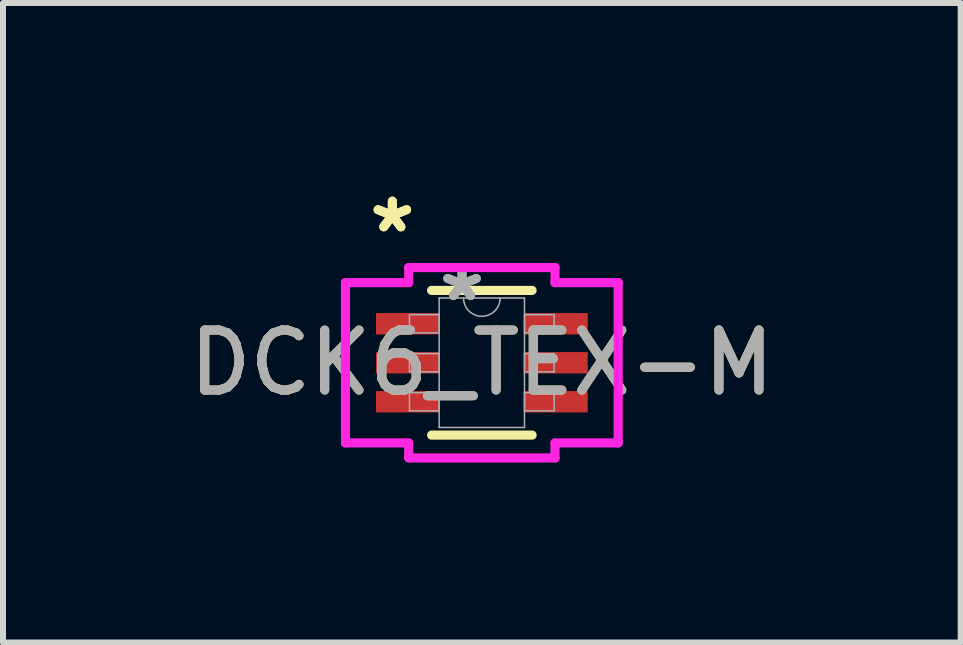
<source format=kicad_pcb>
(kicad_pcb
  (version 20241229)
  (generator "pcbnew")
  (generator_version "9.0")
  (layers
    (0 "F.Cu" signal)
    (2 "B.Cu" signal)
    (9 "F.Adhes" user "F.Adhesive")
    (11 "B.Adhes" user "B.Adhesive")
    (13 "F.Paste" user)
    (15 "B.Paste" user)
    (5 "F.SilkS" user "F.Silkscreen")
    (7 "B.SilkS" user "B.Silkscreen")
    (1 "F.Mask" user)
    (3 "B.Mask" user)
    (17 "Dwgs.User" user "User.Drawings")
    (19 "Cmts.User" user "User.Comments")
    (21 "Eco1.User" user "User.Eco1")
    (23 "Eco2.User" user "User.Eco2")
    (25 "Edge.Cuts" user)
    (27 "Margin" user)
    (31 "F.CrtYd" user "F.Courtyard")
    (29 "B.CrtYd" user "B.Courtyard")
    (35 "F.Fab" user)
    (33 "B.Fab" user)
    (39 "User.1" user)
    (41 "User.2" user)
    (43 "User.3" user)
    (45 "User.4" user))
  (footprint "DCK6_TEX-M"
    (layer "F.Cu")
    (at 4.982 2.997)
    (property "Reference" "DCK6_TEX-M" (at 0 0 0) (unlocked yes) (layer "F.SilkS") (effects (font (size 1 1) (thickness 0.15))))
    (attr smd)
    (fp_line (start -0.838 1.206) (end 0.838 1.206) (stroke (width 0.152) (type solid)) (layer "F.SilkS"))
    (fp_line (start 0.838 -1.206) (end -0.838 -1.206) (stroke (width 0.152) (type solid)) (layer "F.SilkS"))
    (fp_line (start -2.273 -1.336) (end -1.219 -1.336) (stroke (width 0.152) (type solid)) (layer "F.CrtYd"))
    (fp_line (start -2.273 1.336) (end -2.273 -1.336) (stroke (width 0.152) (type solid)) (layer "F.CrtYd"))
    (fp_line (start -2.273 1.336) (end -1.219 1.336) (stroke (width 0.152) (type solid)) (layer "F.CrtYd"))
    (fp_line (start -1.219 -1.587) (end 1.219 -1.587) (stroke (width 0.152) (type solid)) (layer "F.CrtYd"))
    (fp_line (start -1.219 -1.336) (end -1.219 -1.587) (stroke (width 0.152) (type solid)) (layer "F.CrtYd"))
    (fp_line (start -1.219 1.587) (end -1.219 1.336) (stroke (width 0.152) (type solid)) (layer "F.CrtYd"))
    (fp_line (start 1.219 -1.587) (end 1.219 -1.336) (stroke (width 0.152) (type solid)) (layer "F.CrtYd"))
    (fp_line (start 1.219 1.336) (end 1.219 1.587) (stroke (width 0.152) (type solid)) (layer "F.CrtYd"))
    (fp_line (start 1.219 1.587) (end -1.219 1.587) (stroke (width 0.152) (type solid)) (layer "F.CrtYd"))
    (fp_line (start 2.273 -1.336) (end 1.219 -1.336) (stroke (width 0.152) (type solid)) (layer "F.CrtYd"))
    (fp_line (start 2.273 -1.336) (end 2.273 1.336) (stroke (width 0.152) (type solid)) (layer "F.CrtYd"))
    (fp_line (start 2.273 1.336) (end 1.219 1.336) (stroke (width 0.152) (type solid)) (layer "F.CrtYd"))
    (fp_line (start -1.206 -0.802) (end -1.206 -0.498) (stroke (width 0.025) (type solid)) (layer "F.Fab"))
    (fp_line (start -1.206 -0.498) (end -0.711 -0.498) (stroke (width 0.025) (type solid)) (layer "F.Fab"))
    (fp_line (start -1.206 -0.152) (end -1.206 0.152) (stroke (width 0.025) (type solid)) (layer "F.Fab"))
    (fp_line (start -1.206 0.152) (end -0.711 0.152) (stroke (width 0.025) (type solid)) (layer "F.Fab"))
    (fp_line (start -1.206 0.498) (end -1.206 0.802) (stroke (width 0.025) (type solid)) (layer "F.Fab"))
    (fp_line (start -1.206 0.802) (end -0.711 0.802) (stroke (width 0.025) (type solid)) (layer "F.Fab"))
    (fp_line (start -0.711 -1.079) (end -0.711 1.079) (stroke (width 0.025) (type solid)) (layer "F.Fab"))
    (fp_line (start -0.711 -0.802) (end -1.206 -0.802) (stroke (width 0.025) (type solid)) (layer "F.Fab"))
    (fp_line (start -0.711 -0.498) (end -0.711 -0.802) (stroke (width 0.025) (type solid)) (layer "F.Fab"))
    (fp_line (start -0.711 -0.152) (end -1.206 -0.152) (stroke (width 0.025) (type solid)) (layer "F.Fab"))
    (fp_line (start -0.711 0.152) (end -0.711 -0.152) (stroke (width 0.025) (type solid)) (layer "F.Fab"))
    (fp_line (start -0.711 0.498) (end -1.206 0.498) (stroke (width 0.025) (type solid)) (layer "F.Fab"))
    (fp_line (start -0.711 0.802) (end -0.711 0.498) (stroke (width 0.025) (type solid)) (layer "F.Fab"))
    (fp_line (start -0.711 1.079) (end 0.711 1.079) (stroke (width 0.025) (type solid)) (layer "F.Fab"))
    (fp_line (start 0.711 -1.079) (end -0.711 -1.079) (stroke (width 0.025) (type solid)) (layer "F.Fab"))
    (fp_line (start 0.711 -0.802) (end 0.711 -0.498) (stroke (width 0.025) (type solid)) (layer "F.Fab"))
    (fp_line (start 0.711 -0.498) (end 1.206 -0.498) (stroke (width 0.025) (type solid)) (layer "F.Fab"))
    (fp_line (start 0.711 -0.152) (end 0.711 0.152) (stroke (width 0.025) (type solid)) (layer "F.Fab"))
    (fp_line (start 0.711 0.152) (end 1.206 0.152) (stroke (width 0.025) (type solid)) (layer "F.Fab"))
    (fp_line (start 0.711 0.498) (end 0.711 0.802) (stroke (width 0.025) (type solid)) (layer "F.Fab"))
    (fp_line (start 0.711 0.802) (end 1.206 0.802) (stroke (width 0.025) (type solid)) (layer "F.Fab"))
    (fp_line (start 0.711 1.079) (end 0.711 -1.079) (stroke (width 0.025) (type solid)) (layer "F.Fab"))
    (fp_line (start 1.206 -0.802) (end 0.711 -0.802) (stroke (width 0.025) (type solid)) (layer "F.Fab"))
    (fp_line (start 1.206 -0.498) (end 1.206 -0.802) (stroke (width 0.025) (type solid)) (layer "F.Fab"))
    (fp_line (start 1.206 -0.152) (end 0.711 -0.152) (stroke (width 0.025) (type solid)) (layer "F.Fab"))
    (fp_line (start 1.206 0.152) (end 1.206 -0.152) (stroke (width 0.025) (type solid)) (layer "F.Fab"))
    (fp_line (start 1.206 0.498) (end 0.711 0.498) (stroke (width 0.025) (type solid)) (layer "F.Fab"))
    (fp_line (start 1.206 0.802) (end 1.206 0.498) (stroke (width 0.025) (type solid)) (layer "F.Fab"))
    (fp_arc (start 0.3048 -1.0795) (mid 0 -0.7747) (end -0.3048 -1.0795) (stroke (width 0.0254) (type solid)) (layer "F.Fab"))
    (fp_text user "*" (at -1.492 -2.149 0) (layer "F.SilkS") (effects (font (size 1 1) (thickness 0.15))))
    (fp_text user "*" (at -1.492 -2.149 0) (unlocked yes) (layer "F.SilkS") (effects (font (size 1 1) (thickness 0.15))))
    (fp_text user "*" (at -0.33 -1.003 0) (unlocked yes) (layer "F.Fab") (effects (font (size 1 1) (thickness 0.15))))
    (fp_text user "*" (at -0.33 -1.003 0) (layer "F.Fab") (effects (font (size 1 1) (thickness 0.15))))
    (fp_text user "${REFERENCE}" (at 0 0 0) (unlocked yes) (layer "F.Fab") (effects (font (size 1 1) (thickness 0.15))))
    (pad "1" smd rect (at -1.238 -0.65) (size 1.054 0.356) (layers "F.Cu" "F.Mask" "F.Paste"))
    (pad "2" smd rect (at -1.238 0) (size 1.054 0.356) (layers "F.Cu" "F.Mask" "F.Paste"))
    (pad "3" smd rect (at -1.238 0.65) (size 1.054 0.356) (layers "F.Cu" "F.Mask" "F.Paste"))
    (pad "4" smd rect (at 1.238 0.65) (size 1.054 0.356) (layers "F.Cu" "F.Mask" "F.Paste"))
    (pad "5" smd rect (at 1.238 0) (size 1.054 0.356) (layers "F.Cu" "F.Mask" "F.Paste"))
    (pad "6" smd rect (at 1.238 -0.65) (size 1.054 0.356) (layers "F.Cu" "F.Mask" "F.Paste")))
  (gr_rect
    (start -3 -3)
    (end 12.964 7.661)
    (stroke (width 0.1) (type default))
    (fill no)
    (layer "Edge.Cuts")))
</source>
